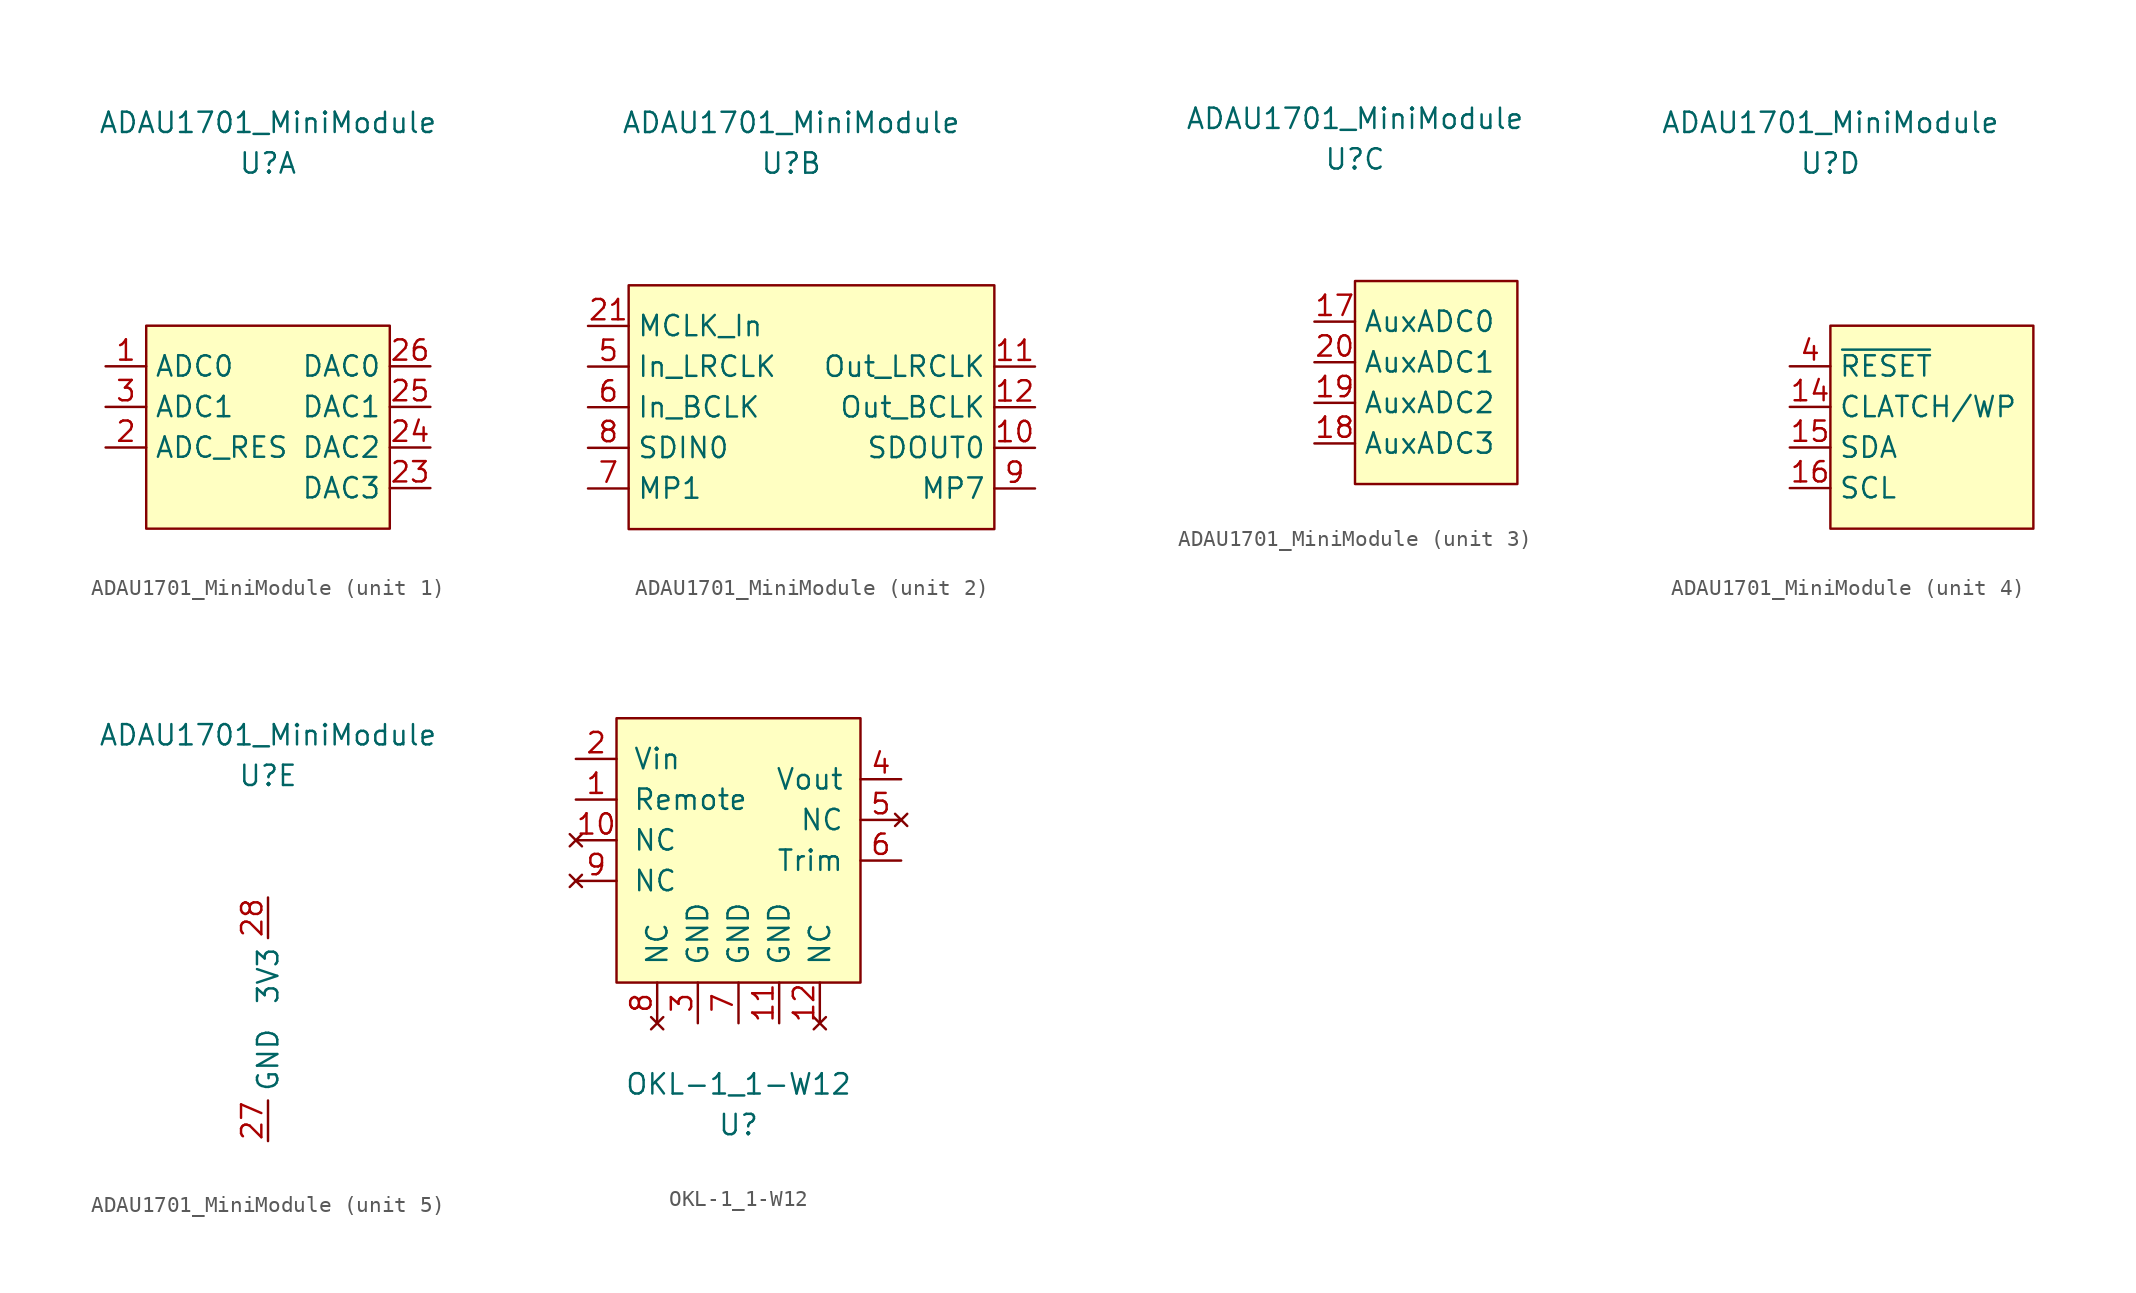
<source format=kicad_sym>
(kicad_symbol_lib
  (version 20231120)
  (generator "kicad_symbol_editor")
  (generator_version "8.0")
  (symbol "ADAU1701_MiniModule"
    (property "Reference" "U"
      (at 0 15.24 0)
      (effects (font (size 1.27 1.27))))
    (property "Value" "ADAU1701_MiniModule"
      (at 0 17.78 0)
      (effects (font (size 1.27 1.27))))
    (property "ki_locked" ""
      (at 0 0 0)
      (effects (font (size 1.27 1.27))))
    (symbol "ADAU1701_MiniModule_1_0"
      (pin input line (at -10.16 2.54 0) (length 2.54) (name "ADC0" (effects (font (size 1.27 1.27)))) (number "1" (effects (font (size 1.27 1.27)))))
      (pin output line (at -10.16 -2.54 0) (length 2.54) (name "ADC_RES" (effects (font (size 1.27 1.27)))) (number "2" (effects (font (size 1.27 1.27)))))
      (pin output line (at 10.16 -5.08 180) (length 2.54) (name "DAC3" (effects (font (size 1.27 1.27)))) (number "23" (effects (font (size 1.27 1.27)))))
      (pin output line (at 10.16 -2.54 180) (length 2.54) (name "DAC2" (effects (font (size 1.27 1.27)))) (number "24" (effects (font (size 1.27 1.27)))))
      (pin output line (at 10.16 0 180) (length 2.54) (name "DAC1" (effects (font (size 1.27 1.27)))) (number "25" (effects (font (size 1.27 1.27)))))
      (pin output line (at 10.16 2.54 180) (length 2.54) (name "DAC0" (effects (font (size 1.27 1.27)))) (number "26" (effects (font (size 1.27 1.27)))))
      (pin input line (at -10.16 0 0) (length 2.54) (name "ADC1" (effects (font (size 1.27 1.27)))) (number "3" (effects (font (size 1.27 1.27))))))
    (symbol "ADAU1701_MiniModule_1_1"
      (rectangle (start -7.62 5.08) (end 7.62 -7.62) (stroke (width 0.152) (type default)) (fill (type background))))
    (symbol "ADAU1701_MiniModule_2_0"
      (pin bidirectional line (at 15.24 -2.54 180) (length 2.54) (name "SDOUT0" (effects (font (size 1.27 1.27)))) (number "10" (effects (font (size 1.27 1.27)))))
      (pin output line (at 15.24 2.54 180) (length 2.54) (name "Out_LRCLK" (effects (font (size 1.27 1.27)))) (number "11" (effects (font (size 1.27 1.27)))))
      (pin output line (at 15.24 0 180) (length 2.54) (name "Out_BCLK" (effects (font (size 1.27 1.27)))) (number "12" (effects (font (size 1.27 1.27)))))
      (pin input line (at -12.7 5.08 0) (length 2.54) (name "MCLK_In" (effects (font (size 1.27 1.27)))) (number "21" (effects (font (size 1.27 1.27)))))
      (pin input line (at -12.7 2.54 0) (length 2.54) (name "In_LRCLK" (effects (font (size 1.27 1.27)))) (number "5" (effects (font (size 1.27 1.27)))))
      (pin input line (at -12.7 0 0) (length 2.54) (name "In_BCLK" (effects (font (size 1.27 1.27)))) (number "6" (effects (font (size 1.27 1.27)))))
      (pin bidirectional line (at -12.7 -5.08 0) (length 2.54) (name "MP1" (effects (font (size 1.27 1.27)))) (number "7" (effects (font (size 1.27 1.27)))))
      (pin input line (at -12.7 -2.54 0) (length 2.54) (name "SDIN0" (effects (font (size 1.27 1.27)))) (number "8" (effects (font (size 1.27 1.27)))))
      (pin bidirectional line (at 15.24 -5.08 180) (length 2.54) (name "MP7" (effects (font (size 1.27 1.27)))) (number "9" (effects (font (size 1.27 1.27))))))
    (symbol "ADAU1701_MiniModule_2_1"
      (rectangle (start -10.16 7.62) (end 12.7 -7.62) (stroke (width 0.152) (type default)) (fill (type background))))
    (symbol "ADAU1701_MiniModule_3_0"
      (pin input line (at -2.54 5.08 0) (length 2.54) (name "AuxADC0" (effects (font (size 1.27 1.27)))) (number "17" (effects (font (size 1.27 1.27)))))
      (pin input line (at -2.54 -2.54 0) (length 2.54) (name "AuxADC3" (effects (font (size 1.27 1.27)))) (number "18" (effects (font (size 1.27 1.27)))))
      (pin input line (at -2.54 0 0) (length 2.54) (name "AuxADC2" (effects (font (size 1.27 1.27)))) (number "19" (effects (font (size 1.27 1.27)))))
      (pin input line (at -2.54 2.54 0) (length 2.54) (name "AuxADC1" (effects (font (size 1.27 1.27)))) (number "20" (effects (font (size 1.27 1.27))))))
    (symbol "ADAU1701_MiniModule_3_1"
      (rectangle (start 10.16 7.62) (end 0 -5.08) (stroke (width 0.152) (type default)) (fill (type background))))
    (symbol "ADAU1701_MiniModule_4_0"
      (pin bidirectional line (at -2.54 0 0) (length 2.54) (name "CLATCH/WP" (effects (font (size 1.27 1.27)))) (number "14" (effects (font (size 1.27 1.27)))))
      (pin bidirectional line (at -2.54 -2.54 0) (length 2.54) (name "SDA" (effects (font (size 1.27 1.27)))) (number "15" (effects (font (size 1.27 1.27)))))
      (pin bidirectional line (at -2.54 -5.08 0) (length 2.54) (name "SCL" (effects (font (size 1.27 1.27)))) (number "16" (effects (font (size 1.27 1.27)))))
      (pin input line (at -2.54 2.54 0) (length 2.54) (name "~{RESET}" (effects (font (size 1.27 1.27)))) (number "4" (effects (font (size 1.27 1.27))))))
    (symbol "ADAU1701_MiniModule_4_1"
      (rectangle (start 12.7 5.08) (end 0 -7.62) (stroke (width 0.152) (type default)) (fill (type background))))
    (symbol "ADAU1701_MiniModule_5_0"
      (pin power_in line (at 0 -7.62 90) (length 2.54) hide (name "GND" (effects (font (size 1.27 1.27)))) (number "13" (effects (font (size 1.27 1.27)))))
      (pin power_in line (at 0 -7.62 90) (length 2.54) hide (name "GND" (effects (font (size 1.27 1.27)))) (number "22" (effects (font (size 1.27 1.27)))))
      (pin power_in line (at 0 -7.62 90) (length 2.54) (name "GND" (effects (font (size 1.27 1.27)))) (number "27" (effects (font (size 1.27 1.27)))))
      (pin power_in line (at 0 7.62 270) (length 2.54) (name "3V3" (effects (font (size 1.27 1.27)))) (number "28" (effects (font (size 1.27 1.27)))))))
  (symbol "OKL-1_1-W12"
    (pin_names
      (offset 1.016))
    (property "Reference" "U"
      (at 0 -17.78 0)
      (effects (font (size 1.27 1.27))))
    (property "Value" "OKL-1_1-W12"
      (at 0 -15.24 0)
      (effects (font (size 1.27 1.27))))
    (symbol "OKL-1_1-W12_0_1"
      (rectangle (start -7.62 7.62) (end 7.62 -8.89) (stroke (width 0) (type default)) (fill (type background))))
    (symbol "OKL-1_1-W12_1_1"
      (pin input line (at -10.16 2.54 0) (length 2.54) (name "Remote" (effects (font (size 1.27 1.27)))) (number "1" (effects (font (size 1.27 1.27)))))
      (pin no_connect line (at -10.16 0 0) (length 2.54) (name "NC" (effects (font (size 1.27 1.27)))) (number "10" (effects (font (size 1.27 1.27)))))
      (pin power_in line (at 2.54 -11.43 90) (length 2.54) (name "GND" (effects (font (size 1.27 1.27)))) (number "11" (effects (font (size 1.27 1.27)))))
      (pin no_connect line (at 5.08 -11.43 90) (length 2.54) (name "NC" (effects (font (size 1.27 1.27)))) (number "12" (effects (font (size 1.27 1.27)))))
      (pin power_in line (at -10.16 5.08 0) (length 2.54) (name "Vin" (effects (font (size 1.27 1.27)))) (number "2" (effects (font (size 1.27 1.27)))))
      (pin power_in line (at -2.54 -11.43 90) (length 2.54) (name "GND" (effects (font (size 1.27 1.27)))) (number "3" (effects (font (size 1.27 1.27)))))
      (pin power_out line (at 10.16 3.81 180) (length 2.54) (name "Vout" (effects (font (size 1.27 1.27)))) (number "4" (effects (font (size 1.27 1.27)))))
      (pin no_connect line (at 10.16 1.27 180) (length 2.54) (name "NC" (effects (font (size 1.27 1.27)))) (number "5" (effects (font (size 1.27 1.27)))))
      (pin bidirectional line (at 10.16 -1.27 180) (length 2.54) (name "Trim" (effects (font (size 1.27 1.27)))) (number "6" (effects (font (size 1.27 1.27)))))
      (pin power_in line (at 0 -11.43 90) (length 2.54) (name "GND" (effects (font (size 1.27 1.27)))) (number "7" (effects (font (size 1.27 1.27)))))
      (pin no_connect line (at -5.08 -11.43 90) (length 2.54) (name "NC" (effects (font (size 1.27 1.27)))) (number "8" (effects (font (size 1.27 1.27)))))
      (pin no_connect line (at -10.16 -2.54 0) (length 2.54) (name "NC" (effects (font (size 1.27 1.27)))) (number "9" (effects (font (size 1.27 1.27))))))))
</source>
